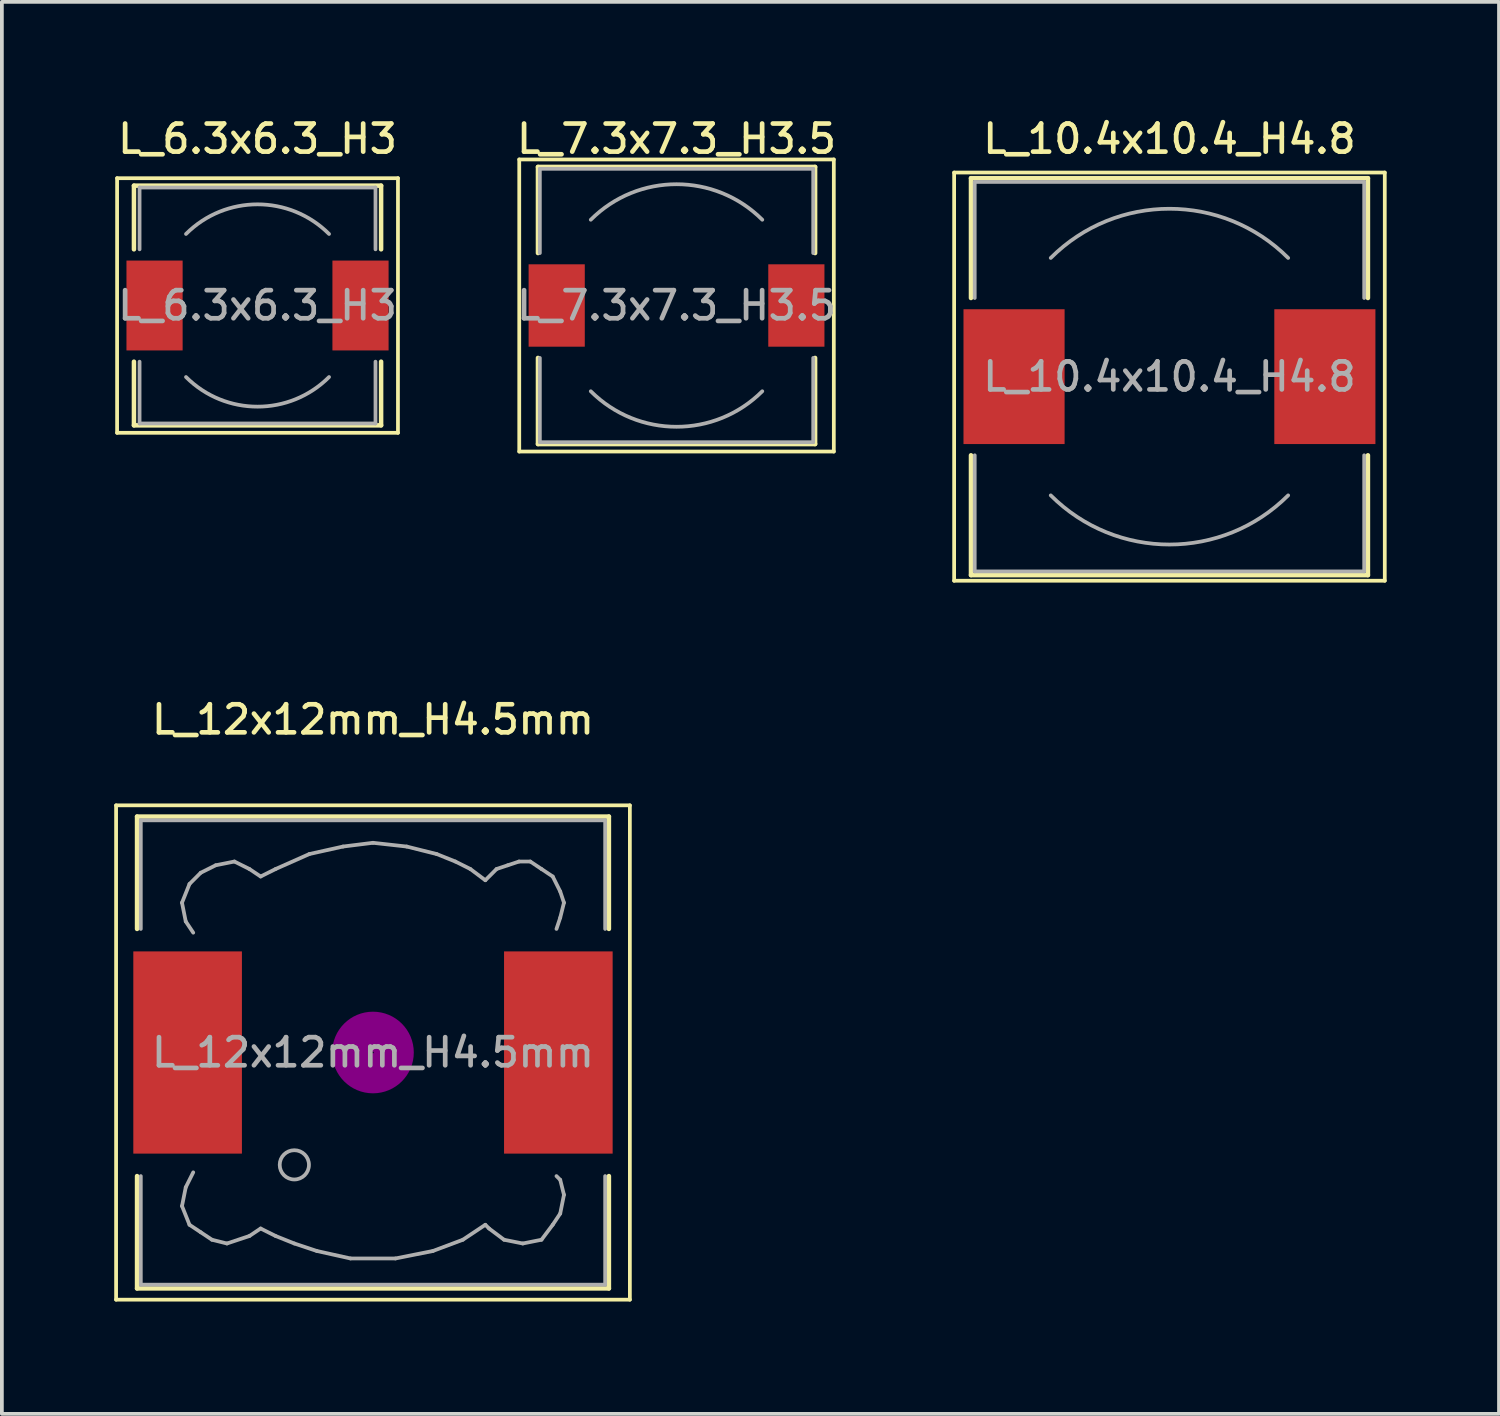
<source format=kicad_pcb>
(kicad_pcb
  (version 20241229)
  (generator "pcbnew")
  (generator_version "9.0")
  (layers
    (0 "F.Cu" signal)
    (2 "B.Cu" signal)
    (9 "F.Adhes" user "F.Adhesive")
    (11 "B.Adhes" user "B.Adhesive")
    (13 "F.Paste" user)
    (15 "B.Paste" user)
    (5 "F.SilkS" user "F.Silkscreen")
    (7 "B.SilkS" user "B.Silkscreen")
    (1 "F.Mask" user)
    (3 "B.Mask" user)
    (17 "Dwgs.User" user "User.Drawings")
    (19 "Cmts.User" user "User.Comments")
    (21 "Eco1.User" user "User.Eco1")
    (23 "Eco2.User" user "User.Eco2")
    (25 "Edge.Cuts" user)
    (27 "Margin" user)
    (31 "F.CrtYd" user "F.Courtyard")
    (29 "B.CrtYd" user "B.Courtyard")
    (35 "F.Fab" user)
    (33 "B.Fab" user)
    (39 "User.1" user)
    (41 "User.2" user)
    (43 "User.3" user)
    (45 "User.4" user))
  (footprint "L_12x12mm_H4.5mm"
    (layer "F.Cu")
    (at 6.91 25.056)
    (property "Reference" "L_12x12mm_H4.5mm" (at 0 -8.89 0) (layer "F.SilkS") (effects (font (size 0.75 0.75) (thickness 0.125))))
    (attr smd)
    (fp_line (start -6.86 -6.6) (end 6.86 -6.6) (stroke (width 0.1) (type solid)) (layer "F.SilkS"))
    (fp_line (start -6.86 6.6) (end -6.86 -6.6) (stroke (width 0.1) (type solid)) (layer "F.SilkS"))
    (fp_line (start -6.3 -6.3) (end 6.3 -6.3) (stroke (width 0.12) (type solid)) (layer "F.SilkS"))
    (fp_line (start -6.3 -3.3) (end -6.3 -6.3) (stroke (width 0.12) (type solid)) (layer "F.SilkS"))
    (fp_line (start -6.3 6.3) (end -6.3 3.3) (stroke (width 0.12) (type solid)) (layer "F.SilkS"))
    (fp_line (start 6.3 -6.3) (end 6.3 -3.3) (stroke (width 0.12) (type solid)) (layer "F.SilkS"))
    (fp_line (start 6.3 3.3) (end 6.3 6.3) (stroke (width 0.12) (type solid)) (layer "F.SilkS"))
    (fp_line (start 6.3 6.3) (end -6.3 6.3) (stroke (width 0.12) (type solid)) (layer "F.SilkS"))
    (fp_line (start 6.86 -6.6) (end 6.86 6.6) (stroke (width 0.1) (type solid)) (layer "F.SilkS"))
    (fp_line (start 6.86 6.6) (end -6.86 6.6) (stroke (width 0.1) (type solid)) (layer "F.SilkS"))
    (fp_circle (center 0 0) (end 0.15 0.15) (stroke (width 0.38) (type solid)) (fill no) (layer "F.Adhes"))
    (fp_circle (center 0 0) (end 0.55 0) (stroke (width 0.38) (type solid)) (fill no) (layer "F.Adhes"))
    (fp_circle (center 0 0) (end 0.9 0) (stroke (width 0.38) (type solid)) (fill no) (layer "F.Adhes"))
    (fp_line (start -6.2 -6.2) (end -6.2 -3.3) (stroke (width 0.1) (type solid)) (layer "F.Fab"))
    (fp_line (start -6.2 3.3) (end -6.2 6.2) (stroke (width 0.1) (type solid)) (layer "F.Fab"))
    (fp_line (start -6.2 6.2) (end 6.2 6.2) (stroke (width 0.1) (type solid)) (layer "F.Fab"))
    (fp_line (start -5.1 -4) (end -5 -3.5) (stroke (width 0.1) (type solid)) (layer "F.Fab"))
    (fp_line (start -5.1 4.1) (end -5 3.6) (stroke (width 0.1) (type solid)) (layer "F.Fab"))
    (fp_line (start -5 -3.5) (end -4.8 -3.2) (stroke (width 0.1) (type solid)) (layer "F.Fab"))
    (fp_line (start -5 3.6) (end -4.8 3.2) (stroke (width 0.1) (type solid)) (layer "F.Fab"))
    (fp_line (start -4.9 -4.5) (end -5.1 -4) (stroke (width 0.1) (type solid)) (layer "F.Fab"))
    (fp_line (start -4.9 4.6) (end -5.1 4.1) (stroke (width 0.1) (type solid)) (layer "F.Fab"))
    (fp_line (start -4.6 -4.8) (end -4.9 -4.5) (stroke (width 0.1) (type solid)) (layer "F.Fab"))
    (fp_line (start -4.6 4.8) (end -4.9 4.6) (stroke (width 0.1) (type solid)) (layer "F.Fab"))
    (fp_line (start -4.3 5) (end -4.6 4.8) (stroke (width 0.1) (type solid)) (layer "F.Fab"))
    (fp_line (start -4.2 -5) (end -4.6 -4.8) (stroke (width 0.1) (type solid)) (layer "F.Fab"))
    (fp_line (start -3.9 5.1) (end -4.3 5) (stroke (width 0.1) (type solid)) (layer "F.Fab"))
    (fp_line (start -3.7 -5.1) (end -4.2 -5) (stroke (width 0.1) (type solid)) (layer "F.Fab"))
    (fp_line (start -3.3 -4.9) (end -3.7 -5.1) (stroke (width 0.1) (type solid)) (layer "F.Fab"))
    (fp_line (start -3.3 4.9) (end -3.9 5.1) (stroke (width 0.1) (type solid)) (layer "F.Fab"))
    (fp_line (start -3 -4.7) (end -3.3 -4.9) (stroke (width 0.1) (type solid)) (layer "F.Fab"))
    (fp_line (start -3 4.7) (end -3.3 4.9) (stroke (width 0.1) (type solid)) (layer "F.Fab"))
    (fp_line (start -2.6 -4.9) (end -3 -4.7) (stroke (width 0.1) (type solid)) (layer "F.Fab"))
    (fp_line (start -2.6 4.9) (end -3 4.7) (stroke (width 0.1) (type solid)) (layer "F.Fab"))
    (fp_line (start -2.1 5.1) (end -2.6 4.9) (stroke (width 0.1) (type solid)) (layer "F.Fab"))
    (fp_line (start -1.7 -5.3) (end -2.6 -4.9) (stroke (width 0.1) (type solid)) (layer "F.Fab"))
    (fp_line (start -1.5 5.3) (end -2.1 5.1) (stroke (width 0.1) (type solid)) (layer "F.Fab"))
    (fp_line (start -0.8 -5.5) (end -1.7 -5.3) (stroke (width 0.1) (type solid)) (layer "F.Fab"))
    (fp_line (start -0.6 5.5) (end -1.5 5.3) (stroke (width 0.1) (type solid)) (layer "F.Fab"))
    (fp_line (start 0 -5.6) (end -0.8 -5.5) (stroke (width 0.1) (type solid)) (layer "F.Fab"))
    (fp_line (start 0.6 5.5) (end -0.6 5.5) (stroke (width 0.1) (type solid)) (layer "F.Fab"))
    (fp_line (start 0.9 -5.5) (end 0 -5.6) (stroke (width 0.1) (type solid)) (layer "F.Fab"))
    (fp_line (start 1.6 5.3) (end 0.6 5.5) (stroke (width 0.1) (type solid)) (layer "F.Fab"))
    (fp_line (start 1.7 -5.3) (end 0.9 -5.5) (stroke (width 0.1) (type solid)) (layer "F.Fab"))
    (fp_line (start 2.2 -5.1) (end 1.7 -5.3) (stroke (width 0.1) (type solid)) (layer "F.Fab"))
    (fp_line (start 2.4 5) (end 1.6 5.3) (stroke (width 0.1) (type solid)) (layer "F.Fab"))
    (fp_line (start 2.6 -4.9) (end 2.2 -5.1) (stroke (width 0.1) (type solid)) (layer "F.Fab"))
    (fp_line (start 3 -4.6) (end 2.6 -4.9) (stroke (width 0.1) (type solid)) (layer "F.Fab"))
    (fp_line (start 3 4.6) (end 2.4 5) (stroke (width 0.1) (type solid)) (layer "F.Fab"))
    (fp_line (start 3.1 4.7) (end 3 4.6) (stroke (width 0.1) (type solid)) (layer "F.Fab"))
    (fp_line (start 3.3 -4.9) (end 3 -4.6) (stroke (width 0.1) (type solid)) (layer "F.Fab"))
    (fp_line (start 3.5 5) (end 3.1 4.7) (stroke (width 0.1) (type solid)) (layer "F.Fab"))
    (fp_line (start 3.6 -5) (end 3.3 -4.9) (stroke (width 0.1) (type solid)) (layer "F.Fab"))
    (fp_line (start 3.9 -5.1) (end 3.6 -5) (stroke (width 0.1) (type solid)) (layer "F.Fab"))
    (fp_line (start 4 5.1) (end 3.5 5) (stroke (width 0.1) (type solid)) (layer "F.Fab"))
    (fp_line (start 4.2 -5.1) (end 3.9 -5.1) (stroke (width 0.1) (type solid)) (layer "F.Fab"))
    (fp_line (start 4.5 -4.9) (end 4.2 -5.1) (stroke (width 0.1) (type solid)) (layer "F.Fab"))
    (fp_line (start 4.5 5) (end 4 5.1) (stroke (width 0.1) (type solid)) (layer "F.Fab"))
    (fp_line (start 4.8 -4.7) (end 4.5 -4.9) (stroke (width 0.1) (type solid)) (layer "F.Fab"))
    (fp_line (start 4.8 4.6) (end 4.5 5) (stroke (width 0.1) (type solid)) (layer "F.Fab"))
    (fp_line (start 4.9 -3.3) (end 5 -3.6) (stroke (width 0.1) (type solid)) (layer "F.Fab"))
    (fp_line (start 4.9 3.3) (end 5 3.4) (stroke (width 0.1) (type solid)) (layer "F.Fab"))
    (fp_line (start 5 -4.3) (end 4.8 -4.7) (stroke (width 0.1) (type solid)) (layer "F.Fab"))
    (fp_line (start 5 -3.6) (end 5.1 -4) (stroke (width 0.1) (type solid)) (layer "F.Fab"))
    (fp_line (start 5 3.4) (end 5.1 3.8) (stroke (width 0.1) (type solid)) (layer "F.Fab"))
    (fp_line (start 5 4.3) (end 4.8 4.6) (stroke (width 0.1) (type solid)) (layer "F.Fab"))
    (fp_line (start 5.1 -4) (end 5 -4.3) (stroke (width 0.1) (type solid)) (layer "F.Fab"))
    (fp_line (start 5.1 3.8) (end 5 4.3) (stroke (width 0.1) (type solid)) (layer "F.Fab"))
    (fp_line (start 6.2 -6.2) (end -6.2 -6.2) (stroke (width 0.1) (type solid)) (layer "F.Fab"))
    (fp_line (start 6.2 -6.2) (end 6.2 -3.3) (stroke (width 0.1) (type solid)) (layer "F.Fab"))
    (fp_line (start 6.2 6.2) (end 6.2 3.3) (stroke (width 0.1) (type solid)) (layer "F.Fab"))
    (fp_circle (center -2.1 3) (end -1.8 3.25) (stroke (width 0.1) (type solid)) (fill no) (layer "F.Fab"))
    (fp_text user "${REFERENCE}" (at 0 0 0) (layer "F.Fab") (effects (font (size 0.75 0.75) (thickness 0.125))))
    (pad "1" smd rect (at -4.95 0) (size 2.9 5.4) (layers "F.Cu" "F.Mask" "F.Paste"))
    (pad "2" smd rect (at 4.95 0) (size 2.9 5.4) (layers "F.Cu" "F.Mask" "F.Paste")))
  (footprint "L_10.4x10.4_H4.8"
    (layer "F.Cu")
    (at 28.179 7.008)
    (property "Reference" "L_10.4x10.4_H4.8" (at 0 -6.35 0) (layer "F.SilkS") (effects (font (size 0.75 0.75) (thickness 0.125))))
    (attr smd)
    (fp_line (start -5.75 -5.45) (end -5.75 5.45) (stroke (width 0.1) (type solid)) (layer "F.SilkS"))
    (fp_line (start -5.75 5.45) (end 5.75 5.45) (stroke (width 0.1) (type solid)) (layer "F.SilkS"))
    (fp_line (start -5.3 -5.3) (end 5.3 -5.3) (stroke (width 0.12) (type solid)) (layer "F.SilkS"))
    (fp_line (start -5.3 -2.1) (end -5.3 -5.3) (stroke (width 0.12) (type solid)) (layer "F.SilkS"))
    (fp_line (start -5.3 5.3) (end -5.3 2.1) (stroke (width 0.12) (type solid)) (layer "F.SilkS"))
    (fp_line (start 5.3 -5.3) (end 5.3 -2.1) (stroke (width 0.12) (type solid)) (layer "F.SilkS"))
    (fp_line (start 5.3 2.1) (end 5.3 5.3) (stroke (width 0.12) (type solid)) (layer "F.SilkS"))
    (fp_line (start 5.3 5.3) (end -5.3 5.3) (stroke (width 0.12) (type solid)) (layer "F.SilkS"))
    (fp_line (start 5.75 -5.45) (end -5.75 -5.45) (stroke (width 0.1) (type solid)) (layer "F.SilkS"))
    (fp_line (start 5.75 5.45) (end 5.75 -5.45) (stroke (width 0.1) (type solid)) (layer "F.SilkS"))
    (fp_line (start -5.2 -5.2) (end -5.2 -2.1) (stroke (width 0.1) (type solid)) (layer "F.Fab"))
    (fp_line (start -5.2 -5.2) (end 5.2 -5.2) (stroke (width 0.1) (type solid)) (layer "F.Fab"))
    (fp_line (start -5.2 5.2) (end -5.2 2.1) (stroke (width 0.1) (type solid)) (layer "F.Fab"))
    (fp_line (start -5.2 5.2) (end 5.2 5.2) (stroke (width 0.1) (type solid)) (layer "F.Fab"))
    (fp_line (start 5.2 -5.2) (end 5.2 -2.1) (stroke (width 0.1) (type solid)) (layer "F.Fab"))
    (fp_line (start 5.2 5.2) (end 5.2 2.1) (stroke (width 0.1) (type solid)) (layer "F.Fab"))
    (fp_arc (start -3.17 -3.17) (mid 0 -4.483057) (end 3.17 -3.17) (stroke (width 0.1) (type solid)) (layer "F.Fab"))
    (fp_arc (start 3.17 3.17) (mid 0 4.483057) (end -3.17 3.17) (stroke (width 0.1) (type solid)) (layer "F.Fab"))
    (fp_text user "${REFERENCE}" (at 0 0 0) (layer "F.Fab") (effects (font (size 0.75 0.75) (thickness 0.125))))
    (pad "1" smd rect (at -4.15 0) (size 2.7 3.6) (layers "F.Cu" "F.Mask" "F.Paste"))
    (pad "2" smd rect (at 4.15 0) (size 2.7 3.6) (layers "F.Cu" "F.Mask" "F.Paste")))
  (footprint "L_7.3x7.3_H3.5"
    (layer "F.Cu")
    (at 15.016 5.108)
    (property "Reference" "L_7.3x7.3_H3.5" (at 0 -4.45 0) (layer "F.SilkS") (effects (font (size 0.75 0.75) (thickness 0.125))))
    (attr smd)
    (fp_line (start -4.2 -3.9) (end -4.2 3.9) (stroke (width 0.1) (type solid)) (layer "F.SilkS"))
    (fp_line (start -4.2 3.9) (end 4.2 3.9) (stroke (width 0.1) (type solid)) (layer "F.SilkS"))
    (fp_line (start -3.7 -3.7) (end 3.7 -3.7) (stroke (width 0.12) (type solid)) (layer "F.SilkS"))
    (fp_line (start -3.7 -1.4) (end -3.7 -3.7) (stroke (width 0.12) (type solid)) (layer "F.SilkS"))
    (fp_line (start -3.7 3.7) (end -3.7 1.4) (stroke (width 0.12) (type solid)) (layer "F.SilkS"))
    (fp_line (start 3.7 -3.7) (end 3.7 -1.4) (stroke (width 0.12) (type solid)) (layer "F.SilkS"))
    (fp_line (start 3.7 1.4) (end 3.7 3.7) (stroke (width 0.12) (type solid)) (layer "F.SilkS"))
    (fp_line (start 3.7 3.7) (end -3.7 3.7) (stroke (width 0.12) (type solid)) (layer "F.SilkS"))
    (fp_line (start 4.2 -3.9) (end -4.2 -3.9) (stroke (width 0.1) (type solid)) (layer "F.SilkS"))
    (fp_line (start 4.2 3.9) (end 4.2 -3.9) (stroke (width 0.1) (type solid)) (layer "F.SilkS"))
    (fp_line (start -3.65 -3.65) (end -3.65 -1.4) (stroke (width 0.1) (type solid)) (layer "F.Fab"))
    (fp_line (start -3.65 -3.65) (end 3.65 -3.65) (stroke (width 0.1) (type solid)) (layer "F.Fab"))
    (fp_line (start -3.65 3.65) (end -3.65 1.4) (stroke (width 0.1) (type solid)) (layer "F.Fab"))
    (fp_line (start 3.65 -3.65) (end 3.65 -1.4) (stroke (width 0.1) (type solid)) (layer "F.Fab"))
    (fp_line (start 3.65 3.65) (end -3.65 3.65) (stroke (width 0.1) (type solid)) (layer "F.Fab"))
    (fp_line (start 3.65 3.65) (end 3.65 1.4) (stroke (width 0.1) (type solid)) (layer "F.Fab"))
    (fp_arc (start -2.29 -2.29) (mid 0 -3.238549) (end 2.29 -2.29) (stroke (width 0.1) (type solid)) (layer "F.Fab"))
    (fp_arc (start 2.29 2.29) (mid 0 3.238549) (end -2.29 2.29) (stroke (width 0.1) (type solid)) (layer "F.Fab"))
    (fp_text user "${REFERENCE}" (at 0 0 0) (layer "F.Fab") (effects (font (size 0.75 0.75) (thickness 0.125))))
    (pad "1" smd rect (at -3.2 0) (size 1.5 2.2) (layers "F.Cu" "F.Mask" "F.Paste"))
    (pad "2" smd rect (at 3.2 0) (size 1.5 2.2) (layers "F.Cu" "F.Mask" "F.Paste")))
  (footprint "L_6.3x6.3_H3"
    (layer "F.Cu")
    (at 3.827 5.108)
    (property "Reference" "L_6.3x6.3_H3" (at 0 -4.45 0) (layer "F.SilkS") (effects (font (size 0.75 0.75) (thickness 0.125))))
    (attr smd)
    (fp_line (start -3.75 -3.4) (end -3.75 3.4) (stroke (width 0.1) (type solid)) (layer "F.SilkS"))
    (fp_line (start -3.75 3.4) (end 3.75 3.4) (stroke (width 0.1) (type solid)) (layer "F.SilkS"))
    (fp_line (start -3.3 -3.2) (end 3.3 -3.2) (stroke (width 0.12) (type solid)) (layer "F.SilkS"))
    (fp_line (start -3.3 -1.5) (end -3.3 -3.2) (stroke (width 0.12) (type solid)) (layer "F.SilkS"))
    (fp_line (start -3.3 3.2) (end -3.3 1.5) (stroke (width 0.12) (type solid)) (layer "F.SilkS"))
    (fp_line (start 3.3 -3.2) (end 3.3 -1.5) (stroke (width 0.12) (type solid)) (layer "F.SilkS"))
    (fp_line (start 3.3 1.5) (end 3.3 3.2) (stroke (width 0.12) (type solid)) (layer "F.SilkS"))
    (fp_line (start 3.3 3.2) (end -3.3 3.2) (stroke (width 0.12) (type solid)) (layer "F.SilkS"))
    (fp_line (start 3.75 -3.4) (end -3.75 -3.4) (stroke (width 0.1) (type solid)) (layer "F.SilkS"))
    (fp_line (start 3.75 3.4) (end 3.75 -3.4) (stroke (width 0.1) (type solid)) (layer "F.SilkS"))
    (fp_line (start -3.15 -3.15) (end -3.15 -1.5) (stroke (width 0.1) (type solid)) (layer "F.Fab"))
    (fp_line (start -3.15 -3.15) (end 3.15 -3.15) (stroke (width 0.1) (type solid)) (layer "F.Fab"))
    (fp_line (start -3.15 3.15) (end -3.15 1.5) (stroke (width 0.1) (type solid)) (layer "F.Fab"))
    (fp_line (start -3.15 3.15) (end 3.15 3.15) (stroke (width 0.1) (type solid)) (layer "F.Fab"))
    (fp_line (start 3.15 -3.15) (end 3.15 -1.5) (stroke (width 0.1) (type solid)) (layer "F.Fab"))
    (fp_line (start 3.15 3.15) (end 3.15 1.5) (stroke (width 0.1) (type solid)) (layer "F.Fab"))
    (fp_arc (start -1.91 -1.91) (mid 0 -2.701148) (end 1.91 -1.91) (stroke (width 0.1) (type solid)) (layer "F.Fab"))
    (fp_arc (start 1.91 1.91) (mid 0 2.701148) (end -1.91 1.91) (stroke (width 0.1) (type solid)) (layer "F.Fab"))
    (fp_text user "${REFERENCE}" (at 0 0 0) (layer "F.Fab") (effects (font (size 0.75 0.75) (thickness 0.125))))
    (pad "1" smd rect (at -2.75 0) (size 1.5 2.4) (layers "F.Cu" "F.Mask" "F.Paste"))
    (pad "2" smd rect (at 2.75 0) (size 1.5 2.4) (layers "F.Cu" "F.Mask" "F.Paste")))
  (gr_rect
    (start -3 -3)
    (end 36.979 34.706)
    (stroke (width 0.1) (type default))
    (fill no)
    (layer "Edge.Cuts")))
</source>
